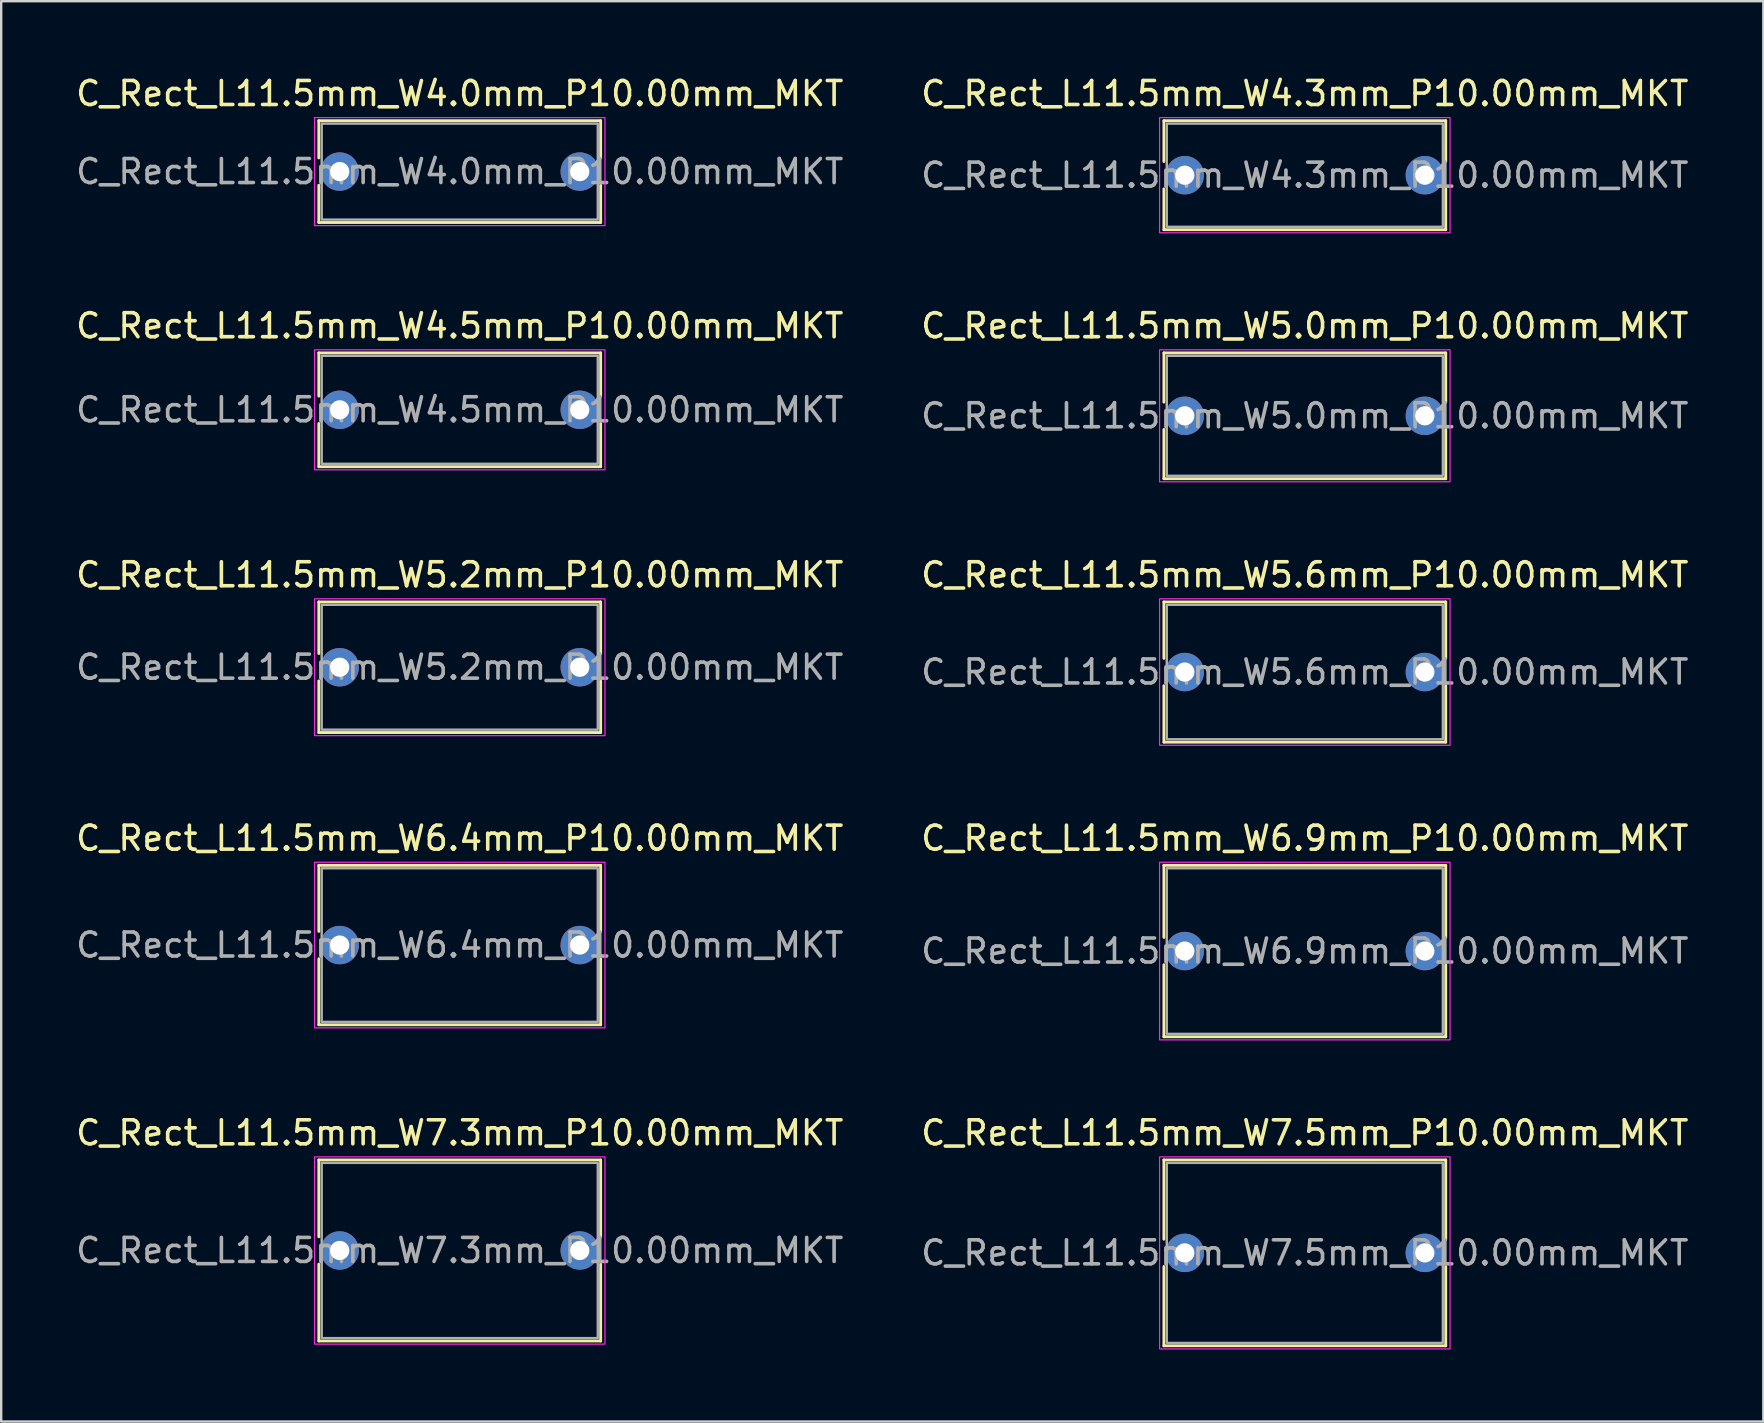
<source format=kicad_pcb>
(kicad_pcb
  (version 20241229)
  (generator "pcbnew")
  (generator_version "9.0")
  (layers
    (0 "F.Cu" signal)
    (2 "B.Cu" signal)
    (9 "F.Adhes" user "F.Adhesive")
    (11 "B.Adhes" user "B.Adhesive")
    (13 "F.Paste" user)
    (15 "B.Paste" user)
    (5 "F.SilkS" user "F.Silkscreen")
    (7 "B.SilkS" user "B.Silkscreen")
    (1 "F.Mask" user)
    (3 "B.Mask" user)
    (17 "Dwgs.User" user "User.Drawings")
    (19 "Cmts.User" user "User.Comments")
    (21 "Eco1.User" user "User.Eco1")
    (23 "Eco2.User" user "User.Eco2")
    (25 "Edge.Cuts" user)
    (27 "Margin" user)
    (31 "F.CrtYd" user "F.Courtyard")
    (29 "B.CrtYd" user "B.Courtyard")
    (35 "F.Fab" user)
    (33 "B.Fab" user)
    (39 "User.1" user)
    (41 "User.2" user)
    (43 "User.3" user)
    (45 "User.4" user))
  (footprint "C_Rect_L11.5mm_W5.6mm_P10.00mm_MKT"
    (layer "F.Cu")
    (at 46.304 24.945)
    (property "Reference" "C_Rect_L11.5mm_W5.6mm_P10.00mm_MKT" (at 5 -4.05 0) (layer "F.SilkS") (effects (font (size 1 1) (thickness 0.15))))
    (attr through_hole)
    (fp_line (start -0.87 -2.92) (end 10.87 -2.92) (stroke (width 0.12) (type solid)) (layer "F.SilkS"))
    (fp_line (start -0.87 -0.57) (end -0.87 -2.92) (stroke (width 0.12) (type solid)) (layer "F.SilkS"))
    (fp_line (start -0.87 2.92) (end -0.87 0.57) (stroke (width 0.12) (type solid)) (layer "F.SilkS"))
    (fp_line (start 10.87 -2.92) (end 10.87 -0.57) (stroke (width 0.12) (type solid)) (layer "F.SilkS"))
    (fp_line (start 10.87 0.57) (end 10.87 2.92) (stroke (width 0.12) (type solid)) (layer "F.SilkS"))
    (fp_line (start 10.87 2.92) (end -0.87 2.92) (stroke (width 0.12) (type solid)) (layer "F.SilkS"))
    (fp_rect (start -1.05 -3.05) (end 11.05 3.05) (stroke (width 0.05) (type solid)) (fill no) (layer "F.CrtYd"))
    (fp_rect (start -0.75 -2.8) (end 10.75 2.8) (stroke (width 0.1) (type solid)) (fill no) (layer "F.Fab"))
    (fp_text user "${REFERENCE}" (at 5 0 0) (layer "F.Fab") (effects (font (size 1 1) (thickness 0.15))))
    (pad "1" thru_hole circle (at 0 0) (size 1.6 1.6) (drill 0.8) (layers "*.Cu" "*.Mask"))
    (pad "2" thru_hole circle (at 10 0) (size 1.6 1.6) (drill 0.8) (layers "*.Cu" "*.Mask")))
  (footprint "C_Rect_L11.5mm_W4.0mm_P10.00mm_MKT"
    (layer "F.Cu")
    (at 11.101 4.098)
    (property "Reference" "C_Rect_L11.5mm_W4.0mm_P10.00mm_MKT" (at 5 -3.25 0) (layer "F.SilkS") (effects (font (size 1 1) (thickness 0.15))))
    (attr through_hole)
    (fp_line (start -0.87 -2.12) (end 10.87 -2.12) (stroke (width 0.12) (type solid)) (layer "F.SilkS"))
    (fp_line (start -0.87 -0.57) (end -0.87 -2.12) (stroke (width 0.12) (type solid)) (layer "F.SilkS"))
    (fp_line (start -0.87 2.12) (end -0.87 0.57) (stroke (width 0.12) (type solid)) (layer "F.SilkS"))
    (fp_line (start 10.87 -2.12) (end 10.87 -0.57) (stroke (width 0.12) (type solid)) (layer "F.SilkS"))
    (fp_line (start 10.87 0.57) (end 10.87 2.12) (stroke (width 0.12) (type solid)) (layer "F.SilkS"))
    (fp_line (start 10.87 2.12) (end -0.87 2.12) (stroke (width 0.12) (type solid)) (layer "F.SilkS"))
    (fp_rect (start -1.05 -2.25) (end 11.05 2.25) (stroke (width 0.05) (type solid)) (fill no) (layer "F.CrtYd"))
    (fp_rect (start -0.75 -2) (end 10.75 2) (stroke (width 0.1) (type solid)) (fill no) (layer "F.Fab"))
    (fp_text user "${REFERENCE}" (at 5 0 0) (layer "F.Fab") (effects (font (size 1 1) (thickness 0.15))))
    (pad "1" thru_hole circle (at 0 0) (size 1.6 1.6) (drill 0.8) (layers "*.Cu" "*.Mask"))
    (pad "2" thru_hole circle (at 10 0) (size 1.6 1.6) (drill 0.8) (layers "*.Cu" "*.Mask")))
  (footprint "C_Rect_L11.5mm_W6.9mm_P10.00mm_MKT"
    (layer "F.Cu")
    (at 46.304 36.568)
    (property "Reference" "C_Rect_L11.5mm_W6.9mm_P10.00mm_MKT" (at 5 -4.7 0) (layer "F.SilkS") (effects (font (size 1 1) (thickness 0.15))))
    (attr through_hole)
    (fp_line (start -0.87 -3.57) (end 10.87 -3.57) (stroke (width 0.12) (type solid)) (layer "F.SilkS"))
    (fp_line (start -0.87 -0.57) (end -0.87 -3.57) (stroke (width 0.12) (type solid)) (layer "F.SilkS"))
    (fp_line (start -0.87 3.57) (end -0.87 0.57) (stroke (width 0.12) (type solid)) (layer "F.SilkS"))
    (fp_line (start 10.87 -3.57) (end 10.87 -0.57) (stroke (width 0.12) (type solid)) (layer "F.SilkS"))
    (fp_line (start 10.87 0.57) (end 10.87 3.57) (stroke (width 0.12) (type solid)) (layer "F.SilkS"))
    (fp_line (start 10.87 3.57) (end -0.87 3.57) (stroke (width 0.12) (type solid)) (layer "F.SilkS"))
    (fp_rect (start -1.05 -3.7) (end 11.05 3.7) (stroke (width 0.05) (type solid)) (fill no) (layer "F.CrtYd"))
    (fp_rect (start -0.75 -3.45) (end 10.75 3.45) (stroke (width 0.1) (type solid)) (fill no) (layer "F.Fab"))
    (fp_text user "${REFERENCE}" (at 5 0 0) (layer "F.Fab") (effects (font (size 1 1) (thickness 0.15))))
    (pad "1" thru_hole circle (at 0 0) (size 1.6 1.6) (drill 0.8) (layers "*.Cu" "*.Mask"))
    (pad "2" thru_hole circle (at 10 0) (size 1.6 1.6) (drill 0.8) (layers "*.Cu" "*.Mask")))
  (footprint "C_Rect_L11.5mm_W7.3mm_P10.00mm_MKT"
    (layer "F.Cu")
    (at 11.101 49.041)
    (property "Reference" "C_Rect_L11.5mm_W7.3mm_P10.00mm_MKT" (at 5 -4.9 0) (layer "F.SilkS") (effects (font (size 1 1) (thickness 0.15))))
    (attr through_hole)
    (fp_line (start -0.87 -3.77) (end 10.87 -3.77) (stroke (width 0.12) (type solid)) (layer "F.SilkS"))
    (fp_line (start -0.87 -0.57) (end -0.87 -3.77) (stroke (width 0.12) (type solid)) (layer "F.SilkS"))
    (fp_line (start -0.87 3.77) (end -0.87 0.57) (stroke (width 0.12) (type solid)) (layer "F.SilkS"))
    (fp_line (start 10.87 -3.77) (end 10.87 -0.57) (stroke (width 0.12) (type solid)) (layer "F.SilkS"))
    (fp_line (start 10.87 0.57) (end 10.87 3.77) (stroke (width 0.12) (type solid)) (layer "F.SilkS"))
    (fp_line (start 10.87 3.77) (end -0.87 3.77) (stroke (width 0.12) (type solid)) (layer "F.SilkS"))
    (fp_rect (start -1.05 -3.9) (end 11.05 3.9) (stroke (width 0.05) (type solid)) (fill no) (layer "F.CrtYd"))
    (fp_rect (start -0.75 -3.65) (end 10.75 3.65) (stroke (width 0.1) (type solid)) (fill no) (layer "F.Fab"))
    (fp_text user "${REFERENCE}" (at 5 0 0) (layer "F.Fab") (effects (font (size 1 1) (thickness 0.15))))
    (pad "1" thru_hole circle (at 0 0) (size 1.6 1.6) (drill 0.8) (layers "*.Cu" "*.Mask"))
    (pad "2" thru_hole circle (at 10 0) (size 1.6 1.6) (drill 0.8) (layers "*.Cu" "*.Mask")))
  (footprint "C_Rect_L11.5mm_W5.2mm_P10.00mm_MKT"
    (layer "F.Cu")
    (at 11.101 24.745)
    (property "Reference" "C_Rect_L11.5mm_W5.2mm_P10.00mm_MKT" (at 5 -3.85 0) (layer "F.SilkS") (effects (font (size 1 1) (thickness 0.15))))
    (attr through_hole)
    (fp_line (start -0.87 -2.72) (end 10.87 -2.72) (stroke (width 0.12) (type solid)) (layer "F.SilkS"))
    (fp_line (start -0.87 -0.57) (end -0.87 -2.72) (stroke (width 0.12) (type solid)) (layer "F.SilkS"))
    (fp_line (start -0.87 2.72) (end -0.87 0.57) (stroke (width 0.12) (type solid)) (layer "F.SilkS"))
    (fp_line (start 10.87 -2.72) (end 10.87 -0.57) (stroke (width 0.12) (type solid)) (layer "F.SilkS"))
    (fp_line (start 10.87 0.57) (end 10.87 2.72) (stroke (width 0.12) (type solid)) (layer "F.SilkS"))
    (fp_line (start 10.87 2.72) (end -0.87 2.72) (stroke (width 0.12) (type solid)) (layer "F.SilkS"))
    (fp_rect (start -1.05 -2.85) (end 11.05 2.85) (stroke (width 0.05) (type solid)) (fill no) (layer "F.CrtYd"))
    (fp_rect (start -0.75 -2.6) (end 10.75 2.6) (stroke (width 0.1) (type solid)) (fill no) (layer "F.Fab"))
    (fp_text user "${REFERENCE}" (at 5 0 0) (layer "F.Fab") (effects (font (size 1 1) (thickness 0.15))))
    (pad "1" thru_hole circle (at 0 0) (size 1.6 1.6) (drill 0.8) (layers "*.Cu" "*.Mask"))
    (pad "2" thru_hole circle (at 10 0) (size 1.6 1.6) (drill 0.8) (layers "*.Cu" "*.Mask")))
  (footprint "C_Rect_L11.5mm_W6.4mm_P10.00mm_MKT"
    (layer "F.Cu")
    (at 11.101 36.318)
    (property "Reference" "C_Rect_L11.5mm_W6.4mm_P10.00mm_MKT" (at 5 -4.45 0) (layer "F.SilkS") (effects (font (size 1 1) (thickness 0.15))))
    (attr through_hole)
    (fp_line (start -0.87 -3.32) (end 10.87 -3.32) (stroke (width 0.12) (type solid)) (layer "F.SilkS"))
    (fp_line (start -0.87 -0.57) (end -0.87 -3.32) (stroke (width 0.12) (type solid)) (layer "F.SilkS"))
    (fp_line (start -0.87 3.32) (end -0.87 0.57) (stroke (width 0.12) (type solid)) (layer "F.SilkS"))
    (fp_line (start 10.87 -3.32) (end 10.87 -0.57) (stroke (width 0.12) (type solid)) (layer "F.SilkS"))
    (fp_line (start 10.87 0.57) (end 10.87 3.32) (stroke (width 0.12) (type solid)) (layer "F.SilkS"))
    (fp_line (start 10.87 3.32) (end -0.87 3.32) (stroke (width 0.12) (type solid)) (layer "F.SilkS"))
    (fp_rect (start -1.05 -3.45) (end 11.05 3.45) (stroke (width 0.05) (type solid)) (fill no) (layer "F.CrtYd"))
    (fp_rect (start -0.75 -3.2) (end 10.75 3.2) (stroke (width 0.1) (type solid)) (fill no) (layer "F.Fab"))
    (fp_text user "${REFERENCE}" (at 5 0 0) (layer "F.Fab") (effects (font (size 1 1) (thickness 0.15))))
    (pad "1" thru_hole circle (at 0 0) (size 1.6 1.6) (drill 0.8) (layers "*.Cu" "*.Mask"))
    (pad "2" thru_hole circle (at 10 0) (size 1.6 1.6) (drill 0.8) (layers "*.Cu" "*.Mask")))
  (footprint "C_Rect_L11.5mm_W5.0mm_P10.00mm_MKT"
    (layer "F.Cu")
    (at 46.304 14.271)
    (property "Reference" "C_Rect_L11.5mm_W5.0mm_P10.00mm_MKT" (at 5 -3.75 0) (layer "F.SilkS") (effects (font (size 1 1) (thickness 0.15))))
    (attr through_hole)
    (fp_line (start -0.87 -2.62) (end 10.87 -2.62) (stroke (width 0.12) (type solid)) (layer "F.SilkS"))
    (fp_line (start -0.87 -0.57) (end -0.87 -2.62) (stroke (width 0.12) (type solid)) (layer "F.SilkS"))
    (fp_line (start -0.87 2.62) (end -0.87 0.57) (stroke (width 0.12) (type solid)) (layer "F.SilkS"))
    (fp_line (start 10.87 -2.62) (end 10.87 -0.57) (stroke (width 0.12) (type solid)) (layer "F.SilkS"))
    (fp_line (start 10.87 0.57) (end 10.87 2.62) (stroke (width 0.12) (type solid)) (layer "F.SilkS"))
    (fp_line (start 10.87 2.62) (end -0.87 2.62) (stroke (width 0.12) (type solid)) (layer "F.SilkS"))
    (fp_rect (start -1.05 -2.75) (end 11.05 2.75) (stroke (width 0.05) (type solid)) (fill no) (layer "F.CrtYd"))
    (fp_rect (start -0.75 -2.5) (end 10.75 2.5) (stroke (width 0.1) (type solid)) (fill no) (layer "F.Fab"))
    (fp_text user "${REFERENCE}" (at 5 0 0) (layer "F.Fab") (effects (font (size 1 1) (thickness 0.15))))
    (pad "1" thru_hole circle (at 0 0) (size 1.6 1.6) (drill 0.8) (layers "*.Cu" "*.Mask"))
    (pad "2" thru_hole circle (at 10 0) (size 1.6 1.6) (drill 0.8) (layers "*.Cu" "*.Mask")))
  (footprint "C_Rect_L11.5mm_W4.3mm_P10.00mm_MKT"
    (layer "F.Cu")
    (at 46.304 4.248)
    (property "Reference" "C_Rect_L11.5mm_W4.3mm_P10.00mm_MKT" (at 5 -3.4 0) (layer "F.SilkS") (effects (font (size 1 1) (thickness 0.15))))
    (attr through_hole)
    (fp_line (start -0.87 -2.27) (end 10.87 -2.27) (stroke (width 0.12) (type solid)) (layer "F.SilkS"))
    (fp_line (start -0.87 -0.57) (end -0.87 -2.27) (stroke (width 0.12) (type solid)) (layer "F.SilkS"))
    (fp_line (start -0.87 2.27) (end -0.87 0.57) (stroke (width 0.12) (type solid)) (layer "F.SilkS"))
    (fp_line (start 10.87 -2.27) (end 10.87 -0.57) (stroke (width 0.12) (type solid)) (layer "F.SilkS"))
    (fp_line (start 10.87 0.57) (end 10.87 2.27) (stroke (width 0.12) (type solid)) (layer "F.SilkS"))
    (fp_line (start 10.87 2.27) (end -0.87 2.27) (stroke (width 0.12) (type solid)) (layer "F.SilkS"))
    (fp_rect (start -1.05 -2.4) (end 11.05 2.4) (stroke (width 0.05) (type solid)) (fill no) (layer "F.CrtYd"))
    (fp_rect (start -0.75 -2.15) (end 10.75 2.15) (stroke (width 0.1) (type solid)) (fill no) (layer "F.Fab"))
    (fp_text user "${REFERENCE}" (at 5 0 0) (layer "F.Fab") (effects (font (size 1 1) (thickness 0.15))))
    (pad "1" thru_hole circle (at 0 0) (size 1.6 1.6) (drill 0.8) (layers "*.Cu" "*.Mask"))
    (pad "2" thru_hole circle (at 10 0) (size 1.6 1.6) (drill 0.8) (layers "*.Cu" "*.Mask")))
  (footprint "C_Rect_L11.5mm_W4.5mm_P10.00mm_MKT"
    (layer "F.Cu")
    (at 11.101 14.021)
    (property "Reference" "C_Rect_L11.5mm_W4.5mm_P10.00mm_MKT" (at 5 -3.5 0) (layer "F.SilkS") (effects (font (size 1 1) (thickness 0.15))))
    (attr through_hole)
    (fp_line (start -0.87 -2.37) (end 10.87 -2.37) (stroke (width 0.12) (type solid)) (layer "F.SilkS"))
    (fp_line (start -0.87 -0.57) (end -0.87 -2.37) (stroke (width 0.12) (type solid)) (layer "F.SilkS"))
    (fp_line (start -0.87 2.37) (end -0.87 0.57) (stroke (width 0.12) (type solid)) (layer "F.SilkS"))
    (fp_line (start 10.87 -2.37) (end 10.87 -0.57) (stroke (width 0.12) (type solid)) (layer "F.SilkS"))
    (fp_line (start 10.87 0.57) (end 10.87 2.37) (stroke (width 0.12) (type solid)) (layer "F.SilkS"))
    (fp_line (start 10.87 2.37) (end -0.87 2.37) (stroke (width 0.12) (type solid)) (layer "F.SilkS"))
    (fp_rect (start -1.05 -2.5) (end 11.05 2.5) (stroke (width 0.05) (type solid)) (fill no) (layer "F.CrtYd"))
    (fp_rect (start -0.75 -2.25) (end 10.75 2.25) (stroke (width 0.1) (type solid)) (fill no) (layer "F.Fab"))
    (fp_text user "${REFERENCE}" (at 5 0 0) (layer "F.Fab") (effects (font (size 1 1) (thickness 0.15))))
    (pad "1" thru_hole circle (at 0 0) (size 1.6 1.6) (drill 0.8) (layers "*.Cu" "*.Mask"))
    (pad "2" thru_hole circle (at 10 0) (size 1.6 1.6) (drill 0.8) (layers "*.Cu" "*.Mask")))
  (footprint "C_Rect_L11.5mm_W7.5mm_P10.00mm_MKT"
    (layer "F.Cu")
    (at 46.304 49.141)
    (property "Reference" "C_Rect_L11.5mm_W7.5mm_P10.00mm_MKT" (at 5 -5 0) (layer "F.SilkS") (effects (font (size 1 1) (thickness 0.15))))
    (attr through_hole)
    (fp_line (start -0.87 -3.87) (end 10.87 -3.87) (stroke (width 0.12) (type solid)) (layer "F.SilkS"))
    (fp_line (start -0.87 -0.57) (end -0.87 -3.87) (stroke (width 0.12) (type solid)) (layer "F.SilkS"))
    (fp_line (start -0.87 3.87) (end -0.87 0.57) (stroke (width 0.12) (type solid)) (layer "F.SilkS"))
    (fp_line (start 10.87 -3.87) (end 10.87 -0.57) (stroke (width 0.12) (type solid)) (layer "F.SilkS"))
    (fp_line (start 10.87 0.57) (end 10.87 3.87) (stroke (width 0.12) (type solid)) (layer "F.SilkS"))
    (fp_line (start 10.87 3.87) (end -0.87 3.87) (stroke (width 0.12) (type solid)) (layer "F.SilkS"))
    (fp_rect (start -1.05 -4) (end 11.05 4) (stroke (width 0.05) (type solid)) (fill no) (layer "F.CrtYd"))
    (fp_rect (start -0.75 -3.75) (end 10.75 3.75) (stroke (width 0.1) (type solid)) (fill no) (layer "F.Fab"))
    (fp_text user "${REFERENCE}" (at 5 0 0) (layer "F.Fab") (effects (font (size 1 1) (thickness 0.15))))
    (pad "1" thru_hole circle (at 0 0) (size 1.6 1.6) (drill 0.8) (layers "*.Cu" "*.Mask"))
    (pad "2" thru_hole circle (at 10 0) (size 1.6 1.6) (drill 0.8) (layers "*.Cu" "*.Mask")))
  (gr_rect
    (start -3 -3)
    (end 70.405 56.166)
    (stroke (width 0.1) (type default))
    (fill no)
    (layer "Edge.Cuts")))
</source>
